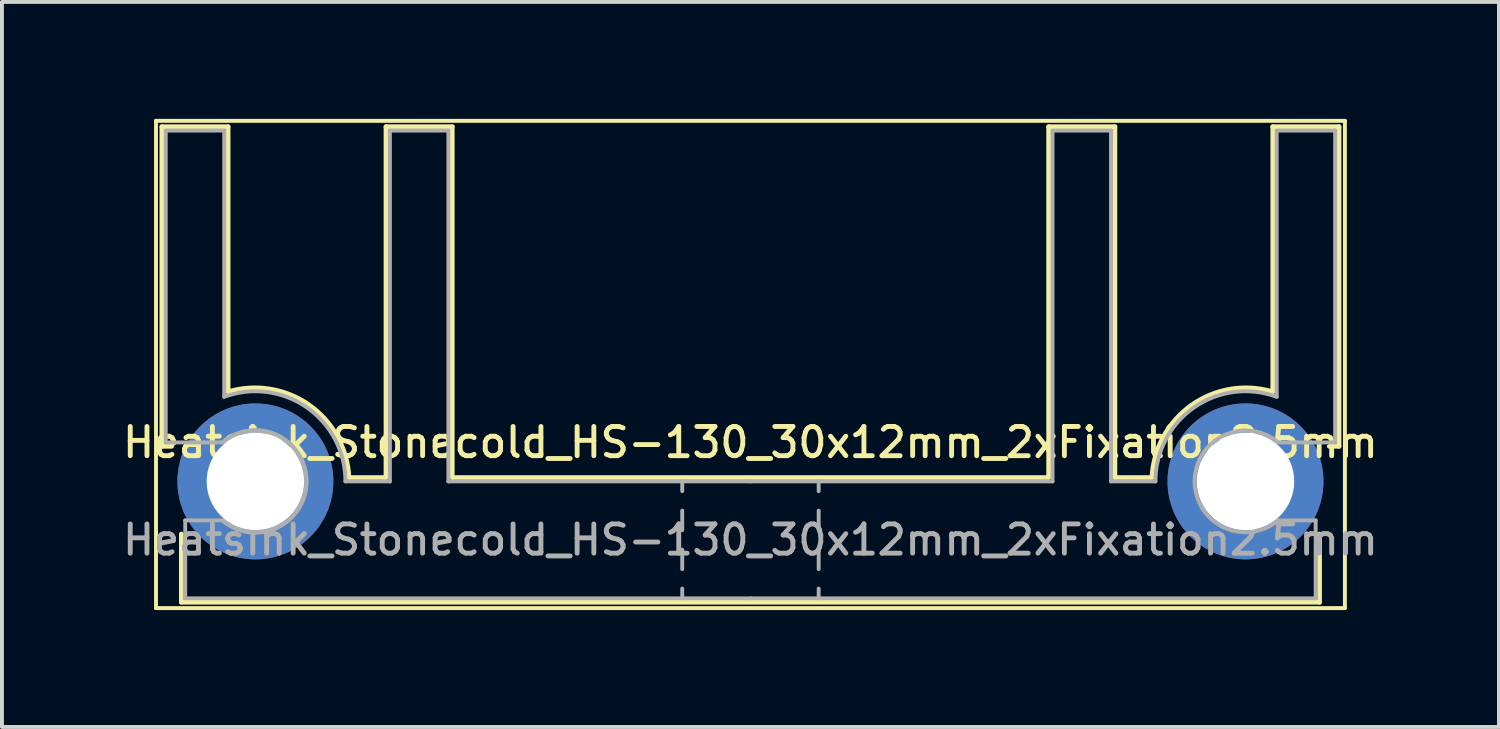
<source format=kicad_pcb>
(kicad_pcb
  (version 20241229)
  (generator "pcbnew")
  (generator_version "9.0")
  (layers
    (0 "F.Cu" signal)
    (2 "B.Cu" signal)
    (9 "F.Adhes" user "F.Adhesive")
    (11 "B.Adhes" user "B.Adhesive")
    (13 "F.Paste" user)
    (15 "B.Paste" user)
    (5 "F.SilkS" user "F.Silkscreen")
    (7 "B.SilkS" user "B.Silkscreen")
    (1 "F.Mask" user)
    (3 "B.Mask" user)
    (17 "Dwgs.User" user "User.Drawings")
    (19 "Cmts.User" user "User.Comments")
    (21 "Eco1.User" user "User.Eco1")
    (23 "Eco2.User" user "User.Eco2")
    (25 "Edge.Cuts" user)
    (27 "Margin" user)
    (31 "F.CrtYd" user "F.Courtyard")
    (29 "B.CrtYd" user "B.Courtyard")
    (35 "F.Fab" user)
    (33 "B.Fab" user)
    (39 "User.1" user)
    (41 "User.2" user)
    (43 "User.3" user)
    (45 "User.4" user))
  (footprint "Heatsink_Stonecold_HS-130_30x12mm_2xFixation2.5mm"
    (layer "F.Cu")
    (at 16.202 9.3)
    (property "Reference" "Heatsink_Stonecold_HS-130_30x12mm_2xFixation2.5mm" (at 0 -1 0) (layer "F.SilkS") (effects (font (size 0.75 0.75) (thickness 0.125))))
    (attr through_hole)
    (fp_line (start -15.25 -9.25) (end 15.25 -9.25) (stroke (width 0.1) (type solid)) (layer "F.SilkS"))
    (fp_line (start -15.25 3.25) (end -15.25 -9.25) (stroke (width 0.1) (type solid)) (layer "F.SilkS"))
    (fp_line (start -15.25 3.25) (end 15.25 3.25) (stroke (width 0.1) (type solid)) (layer "F.SilkS"))
    (fp_line (start -15.1 -9.1) (end -13.4 -9.1) (stroke (width 0.12) (type solid)) (layer "F.SilkS"))
    (fp_line (start -15.1 -0.9) (end -15.1 -9.1) (stroke (width 0.12) (type solid)) (layer "F.SilkS"))
    (fp_line (start -15.1 -0.9) (end -14.85 -0.9) (stroke (width 0.12) (type solid)) (layer "F.SilkS"))
    (fp_line (start -14.6 3.1) (end -14.6 1.35) (stroke (width 0.12) (type solid)) (layer "F.SilkS"))
    (fp_line (start -14.6 3.1) (end 14.6 3.1) (stroke (width 0.12) (type solid)) (layer "F.SilkS"))
    (fp_line (start -13.4 -2.3) (end -13.4 -9.1) (stroke (width 0.12) (type solid)) (layer "F.SilkS"))
    (fp_line (start -10.3 -0.1) (end -9.35 -0.1) (stroke (width 0.12) (type solid)) (layer "F.SilkS"))
    (fp_line (start -9.35 -9.1) (end -7.65 -9.1) (stroke (width 0.12) (type solid)) (layer "F.SilkS"))
    (fp_line (start -9.35 -0.1) (end -9.35 -9.1) (stroke (width 0.12) (type solid)) (layer "F.SilkS"))
    (fp_line (start -7.65 -0.1) (end -7.65 -9.1) (stroke (width 0.12) (type solid)) (layer "F.SilkS"))
    (fp_line (start 7.65 -0.1) (end -7.65 -0.1) (stroke (width 0.12) (type solid)) (layer "F.SilkS"))
    (fp_line (start 7.65 -0.1) (end 7.65 -9.1) (stroke (width 0.12) (type solid)) (layer "F.SilkS"))
    (fp_line (start 9.35 -9.1) (end 7.65 -9.1) (stroke (width 0.12) (type solid)) (layer "F.SilkS"))
    (fp_line (start 9.35 -0.1) (end 9.35 -9.1) (stroke (width 0.12) (type solid)) (layer "F.SilkS"))
    (fp_line (start 9.35 -0.1) (end 10.3 -0.1) (stroke (width 0.12) (type solid)) (layer "F.SilkS"))
    (fp_line (start 13.4 -2.3) (end 13.4 -9.1) (stroke (width 0.12) (type solid)) (layer "F.SilkS"))
    (fp_line (start 14.6 3.1) (end 14.6 1.35) (stroke (width 0.12) (type solid)) (layer "F.SilkS"))
    (fp_line (start 15.1 -9.1) (end 13.4 -9.1) (stroke (width 0.12) (type solid)) (layer "F.SilkS"))
    (fp_line (start 15.1 -0.9) (end 14.85 -0.9) (stroke (width 0.12) (type solid)) (layer "F.SilkS"))
    (fp_line (start 15.1 -0.9) (end 15.1 -9.1) (stroke (width 0.12) (type solid)) (layer "F.SilkS"))
    (fp_line (start 15.25 3.25) (end 15.25 -9.25) (stroke (width 0.1) (type solid)) (layer "F.SilkS"))
    (fp_arc (start -13.4 -2.3) (mid -11.314041 -1.955216) (end -10.3 -0.1) (stroke (width 0.12) (type solid)) (layer "F.SilkS"))
    (fp_arc (start 10.3 -0.1) (mid 11.31404 -1.955216) (end 13.4 -2.3) (stroke (width 0.12) (type solid)) (layer "F.SilkS"))
    (fp_line (start -15 -9) (end -13.5 -9) (stroke (width 0.1) (type solid)) (layer "F.Fab"))
    (fp_line (start -15 -1) (end -15 -9) (stroke (width 0.1) (type solid)) (layer "F.Fab"))
    (fp_line (start -15 -1) (end -13.54 -1) (stroke (width 0.1) (type solid)) (layer "F.Fab"))
    (fp_line (start -14.5 1) (end -13.54 1) (stroke (width 0.1) (type solid)) (layer "F.Fab"))
    (fp_line (start -14.5 3) (end -14.5 1) (stroke (width 0.1) (type solid)) (layer "F.Fab"))
    (fp_line (start -13.5 -2.17) (end -13.5 -9) (stroke (width 0.1) (type solid)) (layer "F.Fab"))
    (fp_line (start -10.39 0) (end -9.25 0) (stroke (width 0.1) (type solid)) (layer "F.Fab"))
    (fp_line (start -9.25 -9) (end -7.75 -9) (stroke (width 0.1) (type solid)) (layer "F.Fab"))
    (fp_line (start -9.25 0) (end -9.25 -9) (stroke (width 0.1) (type solid)) (layer "F.Fab"))
    (fp_line (start -7.75 0) (end -7.75 -9) (stroke (width 0.1) (type solid)) (layer "F.Fab"))
    (fp_line (start -1.75 0) (end -1.75 0.25) (stroke (width 0.1) (type solid)) (layer "F.Fab"))
    (fp_line (start -1.75 0.75) (end -1.75 1.25) (stroke (width 0.1) (type solid)) (layer "F.Fab"))
    (fp_line (start -1.75 1.75) (end -1.75 2.25) (stroke (width 0.1) (type solid)) (layer "F.Fab"))
    (fp_line (start -1.75 2.75) (end -1.75 3) (stroke (width 0.1) (type solid)) (layer "F.Fab"))
    (fp_line (start 0 0) (end -7.75 0) (stroke (width 0.1) (type solid)) (layer "F.Fab"))
    (fp_line (start 0 0) (end 7.75 0) (stroke (width 0.1) (type solid)) (layer "F.Fab"))
    (fp_line (start 0 3) (end -14.5 3) (stroke (width 0.1) (type solid)) (layer "F.Fab"))
    (fp_line (start 0 3) (end 14.5 3) (stroke (width 0.1) (type solid)) (layer "F.Fab"))
    (fp_line (start 1.75 0) (end 1.75 0.25) (stroke (width 0.1) (type solid)) (layer "F.Fab"))
    (fp_line (start 1.75 0.75) (end 1.75 1.25) (stroke (width 0.1) (type solid)) (layer "F.Fab"))
    (fp_line (start 1.75 1.75) (end 1.75 2.25) (stroke (width 0.1) (type solid)) (layer "F.Fab"))
    (fp_line (start 1.75 2.75) (end 1.75 3) (stroke (width 0.1) (type solid)) (layer "F.Fab"))
    (fp_line (start 7.75 0) (end 7.75 -9) (stroke (width 0.1) (type solid)) (layer "F.Fab"))
    (fp_line (start 9.25 -9) (end 7.75 -9) (stroke (width 0.1) (type solid)) (layer "F.Fab"))
    (fp_line (start 9.25 0) (end 9.25 -9) (stroke (width 0.1) (type solid)) (layer "F.Fab"))
    (fp_line (start 9.25 0) (end 10.39 0) (stroke (width 0.1) (type solid)) (layer "F.Fab"))
    (fp_line (start 13.5 -2.17) (end 13.5 -9) (stroke (width 0.1) (type solid)) (layer "F.Fab"))
    (fp_line (start 14.5 1) (end 13.54 1) (stroke (width 0.1) (type solid)) (layer "F.Fab"))
    (fp_line (start 14.5 3) (end 14.5 1) (stroke (width 0.1) (type solid)) (layer "F.Fab"))
    (fp_line (start 15 -9) (end 13.5 -9) (stroke (width 0.1) (type solid)) (layer "F.Fab"))
    (fp_line (start 15 -1) (end 13.54 -1) (stroke (width 0.1) (type solid)) (layer "F.Fab"))
    (fp_line (start 15 -1) (end 15 -9) (stroke (width 0.1) (type solid)) (layer "F.Fab"))
    (fp_arc (start -13.54 -1.01) (mid -11.386341 0.000006) (end -13.54001 1.009992) (stroke (width 0.1) (type solid)) (layer "F.Fab"))
    (fp_arc (start -13.530177 -1.00817) (mid -11.394029 0.006388) (end -13.54 1) (stroke (width 0.1) (type solid)) (layer "F.Fab"))
    (fp_arc (start -13.5 -2.17) (mid -11.378593 -1.896763) (end -10.39 0) (stroke (width 0.1) (type solid)) (layer "F.Fab"))
    (fp_arc (start 10.39 0) (mid 11.378593 -1.896763) (end 13.5 -2.17) (stroke (width 0.1) (type solid)) (layer "F.Fab"))
    (fp_arc (start 13.54 1) (mid 11.394029 0.006388) (end 13.530177 -1.00817) (stroke (width 0.1) (type solid)) (layer "F.Fab"))
    (fp_text user "${REFERENCE}" (at 0 1.5 0) (layer "F.Fab") (effects (font (size 0.75 0.75) (thickness 0.125))))
    (pad "1" thru_hole circle (at -12.7 0 180) (size 4 4) (drill 2.5) (layers "*.Cu" "*.Mask"))
    (pad "1" thru_hole circle (at 12.7 0) (size 4 4) (drill 2.5) (layers "*.Cu" "*.Mask")))
  (gr_rect
    (start -3 -3)
    (end 35.404 15.6)
    (stroke (width 0.1) (type default))
    (fill no)
    (layer "Edge.Cuts")))
</source>
